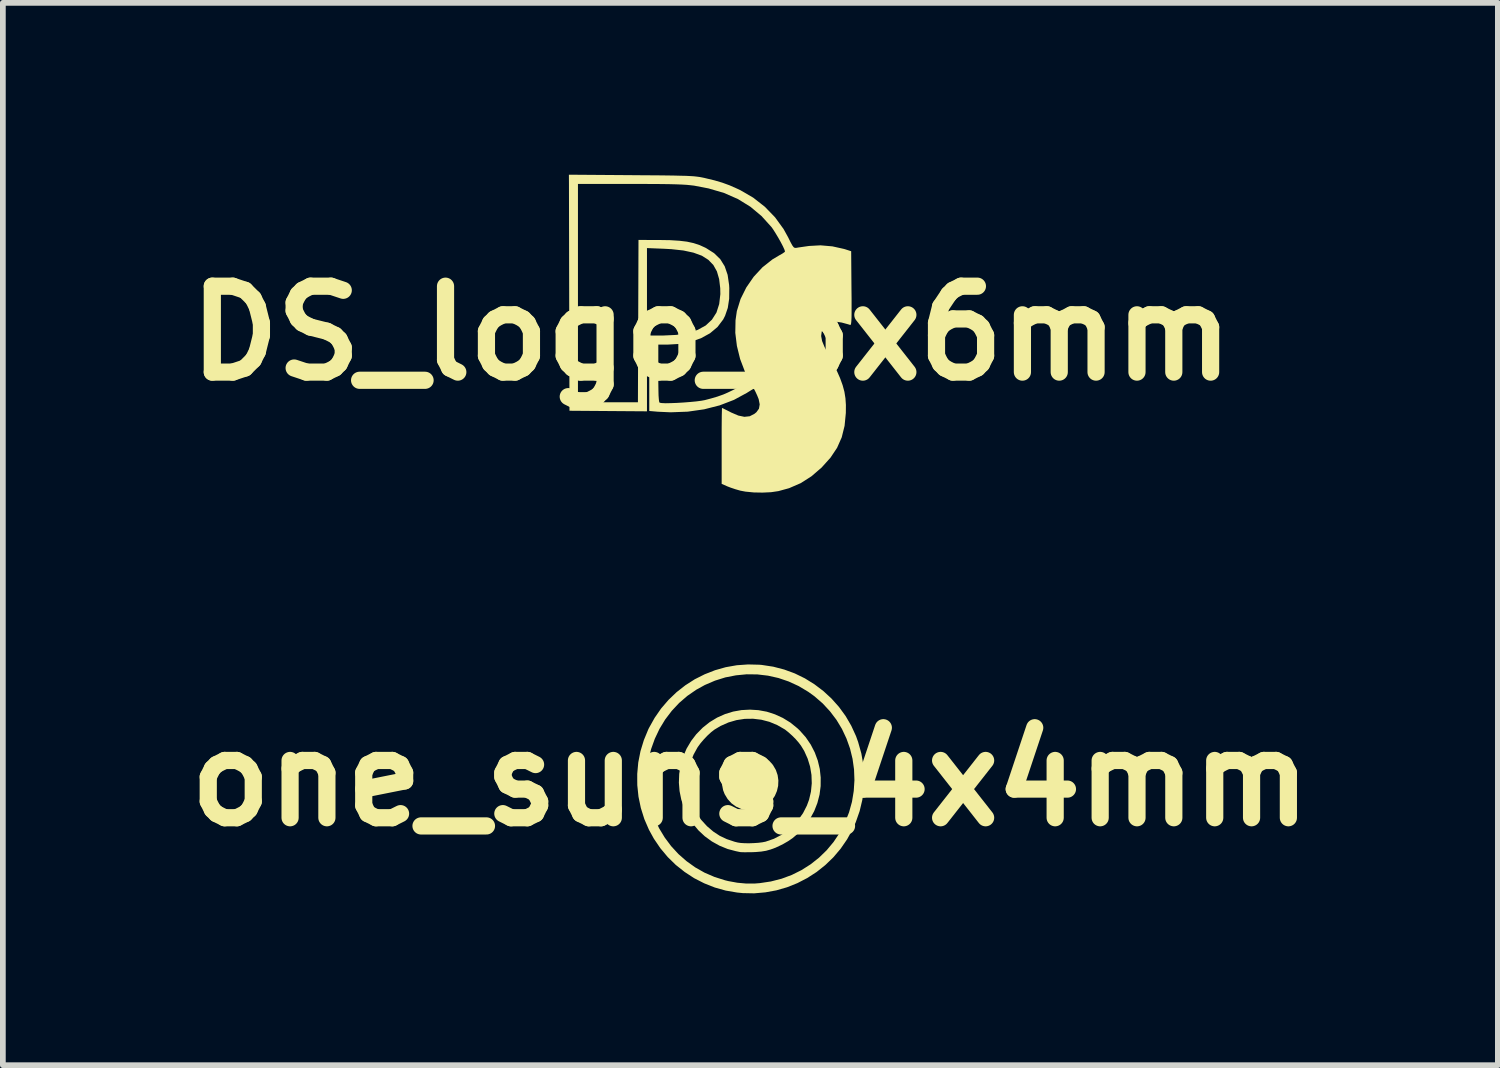
<source format=kicad_pcb>
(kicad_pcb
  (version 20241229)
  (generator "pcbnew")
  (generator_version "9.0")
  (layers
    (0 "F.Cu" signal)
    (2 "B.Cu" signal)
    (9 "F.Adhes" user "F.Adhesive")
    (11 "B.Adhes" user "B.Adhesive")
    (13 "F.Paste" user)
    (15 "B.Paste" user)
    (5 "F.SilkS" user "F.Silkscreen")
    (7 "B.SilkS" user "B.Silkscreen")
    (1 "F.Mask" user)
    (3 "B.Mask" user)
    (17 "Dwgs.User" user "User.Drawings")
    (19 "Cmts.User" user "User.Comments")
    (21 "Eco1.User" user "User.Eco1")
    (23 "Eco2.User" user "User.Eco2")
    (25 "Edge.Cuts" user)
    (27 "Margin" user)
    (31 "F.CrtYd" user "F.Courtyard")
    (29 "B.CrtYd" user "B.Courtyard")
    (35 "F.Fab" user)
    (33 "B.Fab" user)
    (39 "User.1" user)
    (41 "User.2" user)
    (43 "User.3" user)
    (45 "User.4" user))
  (footprint "one_suns_4x4mm"
    (layer "F.Cu")
    (at 10.05 10.548)
    (property "Reference" "one_suns_4x4mm" (at 0 0 0) (layer "F.SilkS") (effects (font (size 1.5 1.5) (thickness 0.3))))
    (attr board_only exclude_from_pos_files exclude_from_bom)
    (fp_poly (pts (xy 0.053 -0.436) (xy 0.092 -0.435) (xy 0.121 -0.431) (xy 0.147 -0.423) (xy 0.177 -0.41) (xy 0.193 -0.403) (xy 0.267 -0.363) (xy 0.327 -0.318) (xy 0.378 -0.263) (xy 0.396 -0.24) (xy 0.445 -0.156) (xy 0.476 -0.066) (xy 0.489 0.027) (xy 0.485 0.121) (xy 0.464 0.212) (xy 0.427 0.298) (xy 0.374 0.376) (xy 0.306 0.443) (xy 0.265 0.472) (xy 0.19 0.51) (xy 0.105 0.535) (xy 0.017 0.548) (xy -0.069 0.546) (xy -0.148 0.53) (xy -0.153 0.528) (xy -0.248 0.485) (xy -0.33 0.426) (xy -0.397 0.352) (xy -0.449 0.266) (xy -0.476 0.197) (xy -0.49 0.122) (xy -0.494 0.038) (xy -0.486 -0.046) (xy -0.467 -0.121) (xy -0.464 -0.129) (xy -0.421 -0.212) (xy -0.362 -0.288) (xy -0.289 -0.352) (xy -0.207 -0.401) (xy -0.182 -0.412) (xy -0.15 -0.423) (xy -0.119 -0.431) (xy -0.081 -0.435) (xy -0.032 -0.436) (xy 0 -0.437)) (stroke (width 0) (type solid)) (fill yes) (layer "F.SilkS"))
    (fp_poly (pts (xy 0.14 -1.2) (xy 0.287 -1.173) (xy 0.429 -1.127) (xy 0.567 -1.064) (xy 0.699 -0.983) (xy 0.822 -0.883) (xy 0.859 -0.848) (xy 0.966 -0.728) (xy 1.054 -0.599) (xy 1.124 -0.463) (xy 1.177 -0.32) (xy 1.212 -0.173) (xy 1.228 -0.024) (xy 1.227 0.126) (xy 1.208 0.274) (xy 1.17 0.421) (xy 1.115 0.562) (xy 1.041 0.698) (xy 0.949 0.826) (xy 0.882 0.901) (xy 0.807 0.975) (xy 0.736 1.035) (xy 0.66 1.087) (xy 0.575 1.136) (xy 0.532 1.158) (xy 0.44 1.201) (xy 0.356 1.232) (xy 0.274 1.255) (xy 0.189 1.269) (xy 0.093 1.277) (xy 0.021 1.28) (xy -0.039 1.28) (xy -0.092 1.281) (xy -0.136 1.28) (xy -0.165 1.279) (xy -0.174 1.278) (xy -0.196 1.274) (xy -0.229 1.267) (xy -0.253 1.262) (xy -0.397 1.224) (xy -0.537 1.167) (xy -0.672 1.092) (xy -0.797 1.001) (xy -0.906 0.899) (xy -1.008 0.777) (xy -1.092 0.646) (xy -1.158 0.507) (xy -1.206 0.362) (xy -1.236 0.213) (xy -1.248 0.063) (xy -1.247 0.047) (xy -1.088 0.047) (xy -1.087 0.115) (xy -1.085 0.168) (xy -1.081 0.211) (xy -1.074 0.252) (xy -1.063 0.296) (xy -1.06 0.307) (xy -1.012 0.453) (xy -0.945 0.588) (xy -0.861 0.712) (xy -0.76 0.823) (xy -0.757 0.826) (xy -0.648 0.919) (xy -0.534 0.994) (xy -0.411 1.052) (xy -0.276 1.097) (xy -0.22 1.111) (xy -0.166 1.119) (xy -0.098 1.123) (xy -0.02 1.124) (xy 0.061 1.121) (xy 0.139 1.116) (xy 0.21 1.107) (xy 0.266 1.096) (xy 0.269 1.095) (xy 0.41 1.046) (xy 0.542 0.978) (xy 0.664 0.89) (xy 0.729 0.833) (xy 0.833 0.72) (xy 0.919 0.599) (xy 0.986 0.468) (xy 1.025 0.363) (xy 1.058 0.222) (xy 1.072 0.077) (xy 1.067 -0.069) (xy 1.043 -0.214) (xy 1 -0.354) (xy 0.94 -0.488) (xy 0.884 -0.58) (xy 0.843 -0.634) (xy 0.79 -0.695) (xy 0.73 -0.755) (xy 0.669 -0.81) (xy 0.613 -0.855) (xy 0.602 -0.863) (xy 0.47 -0.939) (xy 0.333 -0.996) (xy 0.191 -1.033) (xy 0.047 -1.05) (xy -0.098 -1.048) (xy -0.242 -1.026) (xy -0.383 -0.985) (xy -0.52 -0.924) (xy -0.627 -0.86) (xy -0.685 -0.815) (xy -0.749 -0.756) (xy -0.812 -0.69) (xy -0.87 -0.622) (xy -0.918 -0.556) (xy -0.926 -0.543) (xy -0.991 -0.425) (xy -1.038 -0.307) (xy -1.069 -0.185) (xy -1.085 -0.054) (xy -1.088 0.047) (xy -1.247 0.047) (xy -1.242 -0.088) (xy -1.217 -0.238) (xy -1.175 -0.385) (xy -1.114 -0.527) (xy -1.034 -0.662) (xy -0.944 -0.78) (xy -0.832 -0.894) (xy -0.71 -0.991) (xy -0.58 -1.07) (xy -0.443 -1.131) (xy -0.301 -1.175) (xy -0.155 -1.201) (xy -0.007 -1.209)) (stroke (width 0) (type solid)) (fill yes) (layer "F.SilkS"))
    (fp_poly (pts (xy 0.16 -1.993) (xy 0.202 -1.989) (xy 0.399 -1.959) (xy 0.591 -1.909) (xy 0.776 -1.841) (xy 0.952 -1.755) (xy 1.118 -1.652) (xy 1.274 -1.534) (xy 1.417 -1.402) (xy 1.547 -1.256) (xy 1.663 -1.097) (xy 1.762 -0.927) (xy 1.845 -0.746) (xy 1.882 -0.642) (xy 1.938 -0.442) (xy 1.973 -0.24) (xy 1.987 -0.037) (xy 1.981 0.165) (xy 1.955 0.365) (xy 1.908 0.562) (xy 1.841 0.754) (xy 1.786 0.879) (xy 1.689 1.055) (xy 1.576 1.219) (xy 1.449 1.369) (xy 1.308 1.505) (xy 1.156 1.626) (xy 0.993 1.731) (xy 0.821 1.82) (xy 0.641 1.892) (xy 0.454 1.946) (xy 0.262 1.981) (xy 0.066 1.998) (xy -0.132 1.994) (xy -0.232 1.984) (xy -0.43 1.95) (xy -0.622 1.896) (xy -0.806 1.823) (xy -0.982 1.733) (xy -1.147 1.625) (xy -1.302 1.502) (xy -1.443 1.364) (xy -1.571 1.211) (xy -1.684 1.045) (xy -1.77 0.889) (xy -1.851 0.702) (xy -1.912 0.508) (xy -1.953 0.311) (xy -1.974 0.112) (xy -1.975 0.012) (xy -1.805 0.012) (xy -1.802 0.129) (xy -1.793 0.239) (xy -1.782 0.318) (xy -1.737 0.508) (xy -1.673 0.69) (xy -1.593 0.862) (xy -1.495 1.024) (xy -1.383 1.174) (xy -1.256 1.312) (xy -1.116 1.435) (xy -0.964 1.544) (xy -0.8 1.637) (xy -0.626 1.712) (xy -0.443 1.77) (xy -0.386 1.784) (xy -0.227 1.813) (xy -0.075 1.827) (xy 0.076 1.827) (xy 0.164 1.82) (xy 0.358 1.791) (xy 0.545 1.743) (xy 0.723 1.677) (xy 0.892 1.593) (xy 1.051 1.492) (xy 1.198 1.376) (xy 1.332 1.246) (xy 1.453 1.101) (xy 1.558 0.944) (xy 1.647 0.774) (xy 1.719 0.594) (xy 1.722 0.587) (xy 1.774 0.4) (xy 1.805 0.211) (xy 1.817 0.022) (xy 1.81 -0.165) (xy 1.784 -0.35) (xy 1.74 -0.53) (xy 1.678 -0.704) (xy 1.599 -0.872) (xy 1.503 -1.031) (xy 1.39 -1.18) (xy 1.262 -1.318) (xy 1.118 -1.443) (xy 1.011 -1.52) (xy 0.844 -1.62) (xy 0.67 -1.7) (xy 0.491 -1.761) (xy 0.308 -1.802) (xy 0.122 -1.824) (xy -0.065 -1.826) (xy -0.251 -1.808) (xy -0.436 -1.772) (xy -0.618 -1.715) (xy -0.795 -1.639) (xy -0.945 -1.556) (xy -1.1 -1.449) (xy -1.243 -1.326) (xy -1.372 -1.188) (xy -1.487 -1.037) (xy -1.586 -0.874) (xy -1.668 -0.701) (xy -1.733 -0.52) (xy -1.779 -0.332) (xy -1.782 -0.318) (xy -1.795 -0.219) (xy -1.803 -0.107) (xy -1.805 0.012) (xy -1.975 0.012) (xy -1.975 -0.088) (xy -1.957 -0.287) (xy -1.918 -0.485) (xy -1.859 -0.678) (xy -1.781 -0.867) (xy -1.77 -0.889) (xy -1.671 -1.066) (xy -1.558 -1.229) (xy -1.429 -1.379) (xy -1.288 -1.514) (xy -1.135 -1.634) (xy -0.971 -1.739) (xy -0.798 -1.826) (xy -0.617 -1.897) (xy -0.43 -1.95) (xy -0.237 -1.984) (xy -0.04 -1.998)) (stroke (width 0) (type solid)) (fill yes) (layer "F.SilkS")))
  (footprint "DS_logo_6x6mm"
    (layer "F.Cu")
    (at 9.371 2.768)
    (property "Reference" "DS_logo_6x6mm" (at 0 0 0) (layer "F.SilkS") (effects (font (size 1.5 1.5) (thickness 0.3))))
    (attr board_only exclude_from_pos_files exclude_from_bom)
    (fp_poly (pts (xy -1.397 -2.76) (xy -1.161 -2.758) (xy -0.96 -2.757) (xy -0.792 -2.755) (xy -0.652 -2.753) (xy -0.537 -2.75) (xy -0.443 -2.748) (xy -0.367 -2.744) (xy -0.304 -2.74) (xy -0.252 -2.734) (xy -0.206 -2.728) (xy -0.164 -2.72) (xy -0.12 -2.711) (xy -0.109 -2.708) (xy 0.053 -2.669) (xy 0.189 -2.629) (xy 0.315 -2.583) (xy 0.442 -2.527) (xy 0.504 -2.498) (xy 0.729 -2.367) (xy 0.932 -2.208) (xy 1.111 -2.023) (xy 1.259 -1.819) (xy 1.339 -1.674) (xy 1.381 -1.589) (xy 1.411 -1.534) (xy 1.434 -1.503) (xy 1.454 -1.491) (xy 1.476 -1.49) (xy 1.481 -1.491) (xy 1.523 -1.498) (xy 1.592 -1.508) (xy 1.675 -1.52) (xy 1.705 -1.524) (xy 1.904 -1.535) (xy 2.111 -1.517) (xy 2.309 -1.473) (xy 2.331 -1.467) (xy 2.439 -1.432) (xy 2.444 -0.783) (xy 2.446 -0.605) (xy 2.446 -0.462) (xy 2.446 -0.352) (xy 2.445 -0.269) (xy 2.442 -0.211) (xy 2.438 -0.174) (xy 2.433 -0.153) (xy 2.426 -0.145) (xy 2.419 -0.146) (xy 2.384 -0.157) (xy 2.325 -0.173) (xy 2.273 -0.187) (xy 2.159 -0.204) (xy 2.068 -0.19) (xy 1.995 -0.142) (xy 1.961 -0.101) (xy 1.925 -0.029) (xy 1.915 0.048) (xy 1.931 0.135) (xy 1.974 0.24) (xy 2.005 0.3) (xy 2.105 0.486) (xy 2.184 0.645) (xy 2.245 0.783) (xy 2.29 0.907) (xy 2.321 1.022) (xy 2.339 1.135) (xy 2.347 1.251) (xy 2.346 1.377) (xy 2.346 1.391) (xy 2.324 1.616) (xy 2.274 1.817) (xy 2.193 2) (xy 2.078 2.172) (xy 1.927 2.34) (xy 1.927 2.341) (xy 1.746 2.497) (xy 1.558 2.617) (xy 1.355 2.705) (xy 1.169 2.756) (xy 1.04 2.775) (xy 0.891 2.782) (xy 0.737 2.779) (xy 0.594 2.765) (xy 0.504 2.748) (xy 0.417 2.723) (xy 0.331 2.694) (xy 0.272 2.671) (xy 0.178 2.629) (xy 0.178 1.966) (xy 0.178 1.809) (xy 0.178 1.665) (xy 0.179 1.539) (xy 0.18 1.435) (xy 0.182 1.359) (xy 0.183 1.314) (xy 0.184 1.304) (xy 0.203 1.312) (xy 0.249 1.335) (xy 0.313 1.367) (xy 0.343 1.383) (xy 0.469 1.437) (xy 0.575 1.459) (xy 0.668 1.449) (xy 0.751 1.406) (xy 0.785 1.378) (xy 0.829 1.317) (xy 0.842 1.242) (xy 0.824 1.15) (xy 0.799 1.088) (xy 0.771 1.027) (xy 0.749 0.984) (xy 0.738 0.968) (xy 0.72 0.978) (xy 0.677 1.004) (xy 0.619 1.04) (xy 0.618 1.041) (xy 0.393 1.163) (xy 0.143 1.259) (xy -0.128 1.328) (xy -0.415 1.369) (xy -0.713 1.38) (xy -0.935 1.37) (xy -1.086 1.357) (xy -1.086 0.698) (xy -1.086 0.04) (xy -0.851 0.04) (xy -0.615 0.029) (xy -0.412 -0.004) (xy -0.24 -0.059) (xy -0.1 -0.136) (xy 0.008 -0.237) (xy 0.087 -0.361) (xy 0.135 -0.51) (xy 0.155 -0.683) (xy 0.153 -0.787) (xy 0.134 -0.945) (xy 0.095 -1.08) (xy 0.033 -1.191) (xy -0.055 -1.282) (xy -0.169 -1.354) (xy -0.314 -1.407) (xy -0.49 -1.445) (xy -0.7 -1.468) (xy -0.825 -1.475) (xy -1.126 -1.487) (xy -1.126 -0.062) (xy -1.126 1.363) (xy -1.802 1.358) (xy -2.479 1.353) (xy -2.484 -0.707) (xy -2.488 -2.607) (xy -2.331 -2.607) (xy -2.331 -0.701) (xy -2.331 1.205) (xy -1.807 1.205) (xy -1.284 1.205) (xy -1.279 -0.212) (xy -1.274 -1.629) (xy -0.909 -1.628) (xy -0.719 -1.625) (xy -0.561 -1.615) (xy -0.428 -1.599) (xy -0.313 -1.574) (xy -0.209 -1.54) (xy -0.108 -1.494) (xy -0.093 -1.486) (xy 0.046 -1.398) (xy 0.153 -1.294) (xy 0.231 -1.169) (xy 0.282 -1.02) (xy 0.308 -0.843) (xy 0.311 -0.789) (xy 0.309 -0.602) (xy 0.285 -0.443) (xy 0.238 -0.306) (xy 0.205 -0.241) (xy 0.105 -0.109) (xy -0.025 0.000196) (xy -0.183 0.087) (xy -0.366 0.15) (xy -0.57 0.187) (xy -0.762 0.198) (xy -0.928 0.198) (xy -0.928 0.7) (xy -0.928 0.863) (xy -0.926 0.99) (xy -0.924 1.085) (xy -0.919 1.151) (xy -0.914 1.192) (xy -0.906 1.211) (xy -0.904 1.213) (xy -0.867 1.219) (xy -0.8 1.222) (xy -0.708 1.22) (xy -0.601 1.216) (xy -0.487 1.209) (xy -0.372 1.2) (xy -0.266 1.19) (xy -0.175 1.178) (xy -0.116 1.167) (xy -0.013 1.14) (xy 0.1 1.107) (xy 0.199 1.072) (xy 0.205 1.07) (xy 0.281 1.037) (xy 0.367 0.996) (xy 0.453 0.952) (xy 0.532 0.907) (xy 0.595 0.868) (xy 0.634 0.839) (xy 0.641 0.832) (xy 0.638 0.807) (xy 0.621 0.756) (xy 0.593 0.689) (xy 0.583 0.668) (xy 0.5 0.449) (xy 0.444 0.221) (xy 0.416 -0.007) (xy 0.42 -0.227) (xy 0.443 -0.387) (xy 0.508 -0.598) (xy 0.608 -0.799) (xy 0.737 -0.986) (xy 0.89 -1.151) (xy 1.064 -1.289) (xy 1.18 -1.358) (xy 1.235 -1.389) (xy 1.273 -1.415) (xy 1.284 -1.427) (xy 1.274 -1.46) (xy 1.248 -1.517) (xy 1.21 -1.59) (xy 1.165 -1.67) (xy 1.118 -1.748) (xy 1.075 -1.816) (xy 1.046 -1.856) (xy 0.873 -2.047) (xy 0.679 -2.209) (xy 0.462 -2.343) (xy 0.22 -2.449) (xy -0.049 -2.528) (xy -0.303 -2.577) (xy -0.363 -2.584) (xy -0.433 -2.591) (xy -0.516 -2.596) (xy -0.617 -2.6) (xy -0.739 -2.603) (xy -0.887 -2.605) (xy -1.064 -2.606) (xy -1.274 -2.607) (xy -1.42 -2.607) (xy -2.331 -2.607) (xy -2.488 -2.607) (xy -2.489 -2.768)) (stroke (width 0) (type solid)) (fill yes) (layer "F.SilkS")))
  (gr_rect
    (start -3 -3)
    (end 23.1 15.546)
    (stroke (width 0.1) (type default))
    (fill no)
    (layer "Edge.Cuts")))
</source>
